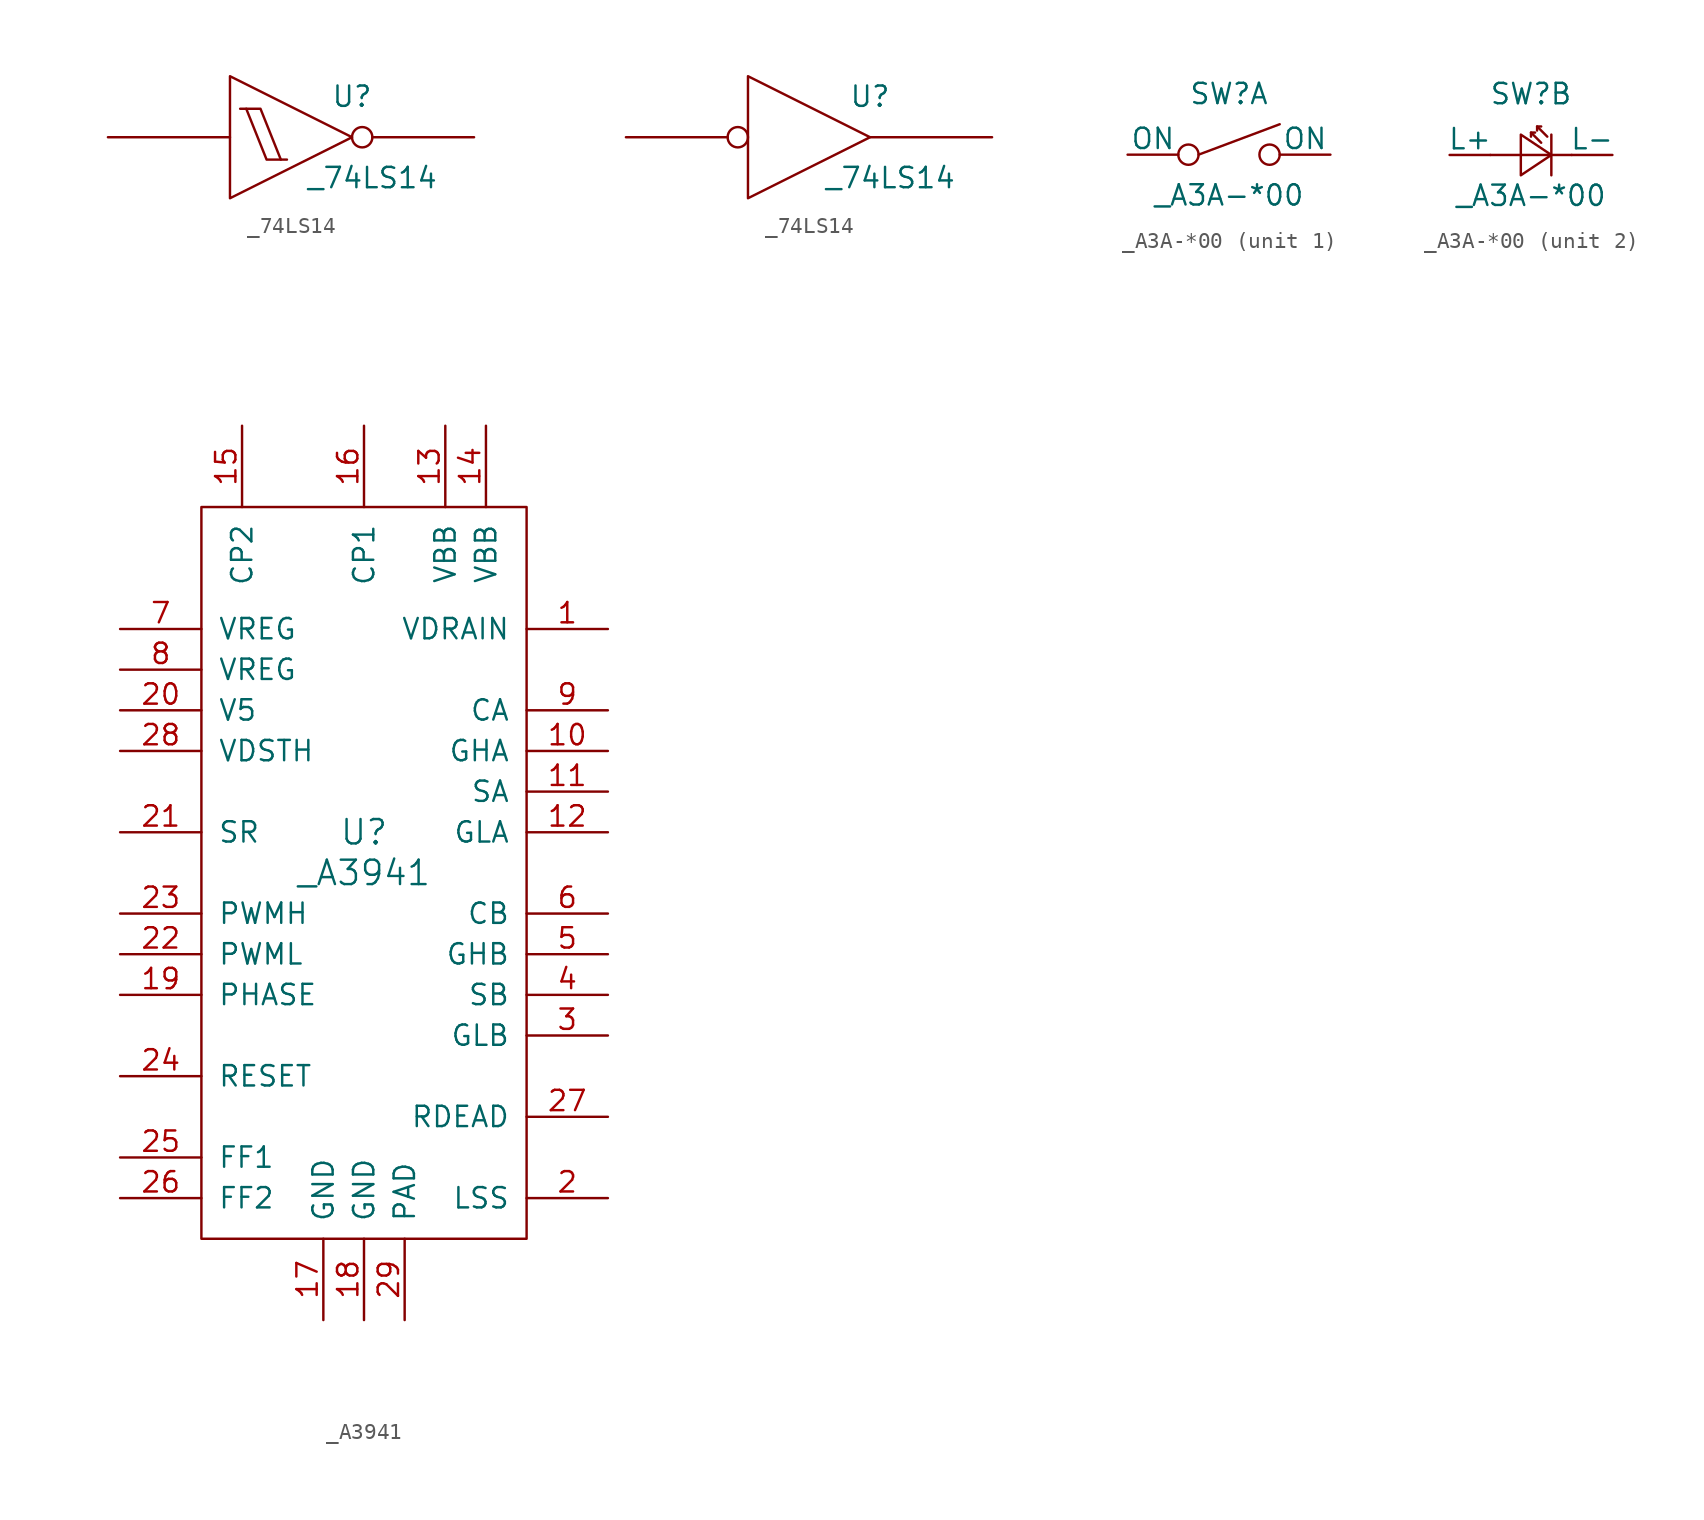
<source format=kicad_sym>
(kicad_symbol_lib
  (version 20220914)
  (generator kicad_symbol_editor)
  (symbol "_74LS14"
    (pin_numbers hide)
    (pin_names
      (offset 0) hide)
    (property "Reference" "U"
      (at 3.81 2.54 0)
      (effects (font (size 1.27 1.27))))
    (property "Value" "_74LS14"
      (at 5.08 -2.54 0)
      (effects (font (size 1.27 1.27))))
    (property "Footprint" ""
      (at -0.254 -0.254 0)
      (effects (font (size 1.27 1.27))))
    (property "Datasheet" ""
      (at -0.254 -0.254 0)
      (effects (font (size 1.27 1.27))))
    (symbol "_74LS14_0_0"
      (polyline (pts (xy -3.81 3.81) (xy -3.81 -3.81) (xy 3.81 0) (xy -3.81 3.81)) (stroke (width 0) (type solid)) (fill (type none)))
      (pin power_in line (at -1.27 2.54 270) (length 0) hide (name "VCC" (effects (font (size 0.508 0.508)))) (number "14" (effects (font (size 0.762 0.762)))))
      (pin power_in line (at -1.27 -2.54 90) (length 0) hide (name "GND" (effects (font (size 0.508 0.508)))) (number "7" (effects (font (size 0.762 0.762))))))
    (symbol "_74LS14_0_1"
      (polyline (pts (xy -3.175 1.778) (xy -1.905 1.778) (xy -0.635 -1.397)) (stroke (width 0) (type solid)) (fill (type none)))
      (polyline (pts (xy -2.794 1.778) (xy -1.524 -1.397) (xy -0.254 -1.397)) (stroke (width 0) (type solid)) (fill (type none))))
    (symbol "_74LS14_1_1"
      (pin input line (at -11.43 0 0) (length 7.62) (name "~" (effects (font (size 1.27 1.27)))) (number "1" (effects (font (size 1.27 1.27)))))
      (pin output inverted (at 11.43 0 180) (length 7.62) (name "~" (effects (font (size 1.27 1.27)))) (number "2" (effects (font (size 1.27 1.27))))))
    (symbol "_74LS14_1_2"
      (pin input inverted (at -11.43 0 0) (length 7.62) (name "~" (effects (font (size 1.27 1.27)))) (number "1" (effects (font (size 1.27 1.27)))))
      (pin output line (at 11.43 0 180) (length 7.62) (name "~" (effects (font (size 1.27 1.27)))) (number "2" (effects (font (size 1.27 1.27)))))))
  (symbol "_A3A-*00"
    (pin_numbers hide)
    (pin_names
      (offset 0))
    (property "Reference" "SW"
      (at 0 3.81 0)
      (effects (font (size 1.27 1.27))))
    (property "Value" "_A3A-*00"
      (at 0 -2.54 0)
      (effects (font (size 1.27 1.27))))
    (property "Footprint" ""
      (at 0 0 0)
      (effects (font (size 1.27 1.27))))
    (property "Datasheet" ""
      (at 0 0 0)
      (effects (font (size 1.27 1.27))))
    (property "ki_locked" ""
      (at 0 0 0)
      (effects (font (size 1.27 1.27))))
    (symbol "_A3A-*00_1_1"
      (circle (center -2.54 0) (radius 0.635) (stroke (width 0) (type solid)) (fill (type none)))
      (polyline (pts (xy -1.905 0) (xy 3.175 1.905)) (stroke (width 0) (type solid)) (fill (type none)))
      (circle (center 2.54 0) (radius 0.635) (stroke (width 0) (type solid)) (fill (type none)))
      (pin passive line (at -6.35 0 0) (length 3.175) (name "ON" (effects (font (size 1.27 1.27)))) (number "1" (effects (font (size 1.27 1.27)))))
      (pin passive line (at 6.35 0 180) (length 3.175) (name "ON" (effects (font (size 1.27 1.27)))) (number "2" (effects (font (size 1.27 1.27))))))
    (symbol "_A3A-*00_2_1"
      (polyline (pts (xy -2.54 0) (xy 2.54 0)) (stroke (width 0) (type solid)) (fill (type none)))
      (polyline (pts (xy 0.635 0.762) (xy 0 1.397)) (stroke (width 0) (type solid)) (fill (type none)))
      (polyline (pts (xy 1.016 1.143) (xy 0.381 1.778)) (stroke (width 0) (type solid)) (fill (type none)))
      (polyline (pts (xy 1.27 1.27) (xy 1.27 -1.27)) (stroke (width 0) (type solid)) (fill (type none)))
      (polyline (pts (xy 0 1.143) (xy 0 1.397) (xy 0.254 1.397)) (stroke (width 0) (type solid)) (fill (type none)))
      (polyline (pts (xy 0.381 1.524) (xy 0.381 1.778) (xy 0.635 1.778)) (stroke (width 0) (type solid)) (fill (type none)))
      (polyline (pts (xy 1.27 0) (xy -0.635 1.27) (xy -0.635 -1.27) (xy 1.27 0)) (stroke (width 0) (type solid)) (fill (type none)))
      (pin passive line (at -5.08 0 0) (length 2.54) (name "L+" (effects (font (size 1.27 1.27)))) (number "3" (effects (font (size 1.27 1.27)))))
      (pin passive line (at 5.08 0 180) (length 2.54) (name "L-" (effects (font (size 1.27 1.27)))) (number "4" (effects (font (size 1.27 1.27)))))))
  (symbol "_A3941"
    (pin_names
      (offset 1.016))
    (property "Reference" "U"
      (at 0 2.54 0)
      (effects (font (size 1.524 1.524))))
    (property "Value" "_A3941"
      (at 0 0 0)
      (effects (font (size 1.524 1.524))))
    (symbol "_A3941_0_1"
      (rectangle (start -10.16 22.86) (end 10.16 -22.86) (stroke (width 0) (type solid)) (fill (type none))))
    (symbol "_A3941_1_1"
      (pin input line (at 15.24 15.24 180) (length 5.08) (name "VDRAIN" (effects (font (size 1.27 1.27)))) (number "1" (effects (font (size 1.27 1.27)))))
      (pin output line (at 15.24 7.62 180) (length 5.08) (name "GHA" (effects (font (size 1.27 1.27)))) (number "10" (effects (font (size 1.27 1.27)))))
      (pin input line (at 15.24 5.08 180) (length 5.08) (name "SA" (effects (font (size 1.27 1.27)))) (number "11" (effects (font (size 1.27 1.27)))))
      (pin output line (at 15.24 2.54 180) (length 5.08) (name "GLA" (effects (font (size 1.27 1.27)))) (number "12" (effects (font (size 1.27 1.27)))))
      (pin power_in line (at 5.08 27.94 270) (length 5.08) (name "VBB" (effects (font (size 1.27 1.27)))) (number "13" (effects (font (size 1.27 1.27)))))
      (pin power_in line (at 7.62 27.94 270) (length 5.08) (name "VBB" (effects (font (size 1.27 1.27)))) (number "14" (effects (font (size 1.27 1.27)))))
      (pin output line (at -7.62 27.94 270) (length 5.08) (name "CP2" (effects (font (size 1.27 1.27)))) (number "15" (effects (font (size 1.27 1.27)))))
      (pin output line (at 0 27.94 270) (length 5.08) (name "CP1" (effects (font (size 1.27 1.27)))) (number "16" (effects (font (size 1.27 1.27)))))
      (pin power_in line (at -2.54 -27.94 90) (length 5.08) (name "GND" (effects (font (size 1.27 1.27)))) (number "17" (effects (font (size 1.27 1.27)))))
      (pin power_in line (at 0 -27.94 90) (length 5.08) (name "GND" (effects (font (size 1.27 1.27)))) (number "18" (effects (font (size 1.27 1.27)))))
      (pin input line (at -15.24 -7.62 0) (length 5.08) (name "PHASE" (effects (font (size 1.27 1.27)))) (number "19" (effects (font (size 1.27 1.27)))))
      (pin input line (at 15.24 -20.32 180) (length 5.08) (name "LSS" (effects (font (size 1.27 1.27)))) (number "2" (effects (font (size 1.27 1.27)))))
      (pin input line (at -15.24 10.16 0) (length 5.08) (name "V5" (effects (font (size 1.27 1.27)))) (number "20" (effects (font (size 1.27 1.27)))))
      (pin input line (at -15.24 2.54 0) (length 5.08) (name "SR" (effects (font (size 1.27 1.27)))) (number "21" (effects (font (size 1.27 1.27)))))
      (pin input line (at -15.24 -5.08 0) (length 5.08) (name "PWML" (effects (font (size 1.27 1.27)))) (number "22" (effects (font (size 1.27 1.27)))))
      (pin input line (at -15.24 -2.54 0) (length 5.08) (name "PWMH" (effects (font (size 1.27 1.27)))) (number "23" (effects (font (size 1.27 1.27)))))
      (pin input line (at -15.24 -12.7 0) (length 5.08) (name "RESET" (effects (font (size 1.27 1.27)))) (number "24" (effects (font (size 1.27 1.27)))))
      (pin output line (at -15.24 -17.78 0) (length 5.08) (name "FF1" (effects (font (size 1.27 1.27)))) (number "25" (effects (font (size 1.27 1.27)))))
      (pin output line (at -15.24 -20.32 0) (length 5.08) (name "FF2" (effects (font (size 1.27 1.27)))) (number "26" (effects (font (size 1.27 1.27)))))
      (pin output line (at 15.24 -15.24 180) (length 5.08) (name "RDEAD" (effects (font (size 1.27 1.27)))) (number "27" (effects (font (size 1.27 1.27)))))
      (pin input line (at -15.24 7.62 0) (length 5.08) (name "VDSTH" (effects (font (size 1.27 1.27)))) (number "28" (effects (font (size 1.27 1.27)))))
      (pin input line (at 2.54 -27.94 90) (length 5.08) (name "PAD" (effects (font (size 1.27 1.27)))) (number "29" (effects (font (size 1.27 1.27)))))
      (pin output line (at 15.24 -10.16 180) (length 5.08) (name "GLB" (effects (font (size 1.27 1.27)))) (number "3" (effects (font (size 1.27 1.27)))))
      (pin input line (at 15.24 -7.62 180) (length 5.08) (name "SB" (effects (font (size 1.27 1.27)))) (number "4" (effects (font (size 1.27 1.27)))))
      (pin output line (at 15.24 -5.08 180) (length 5.08) (name "GHB" (effects (font (size 1.27 1.27)))) (number "5" (effects (font (size 1.27 1.27)))))
      (pin output line (at 15.24 -2.54 180) (length 5.08) (name "CB" (effects (font (size 1.27 1.27)))) (number "6" (effects (font (size 1.27 1.27)))))
      (pin power_out line (at -15.24 15.24 0) (length 5.08) (name "VREG" (effects (font (size 1.27 1.27)))) (number "7" (effects (font (size 1.27 1.27)))))
      (pin power_out line (at -15.24 12.7 0) (length 5.08) (name "VREG" (effects (font (size 1.27 1.27)))) (number "8" (effects (font (size 1.27 1.27)))))
      (pin output line (at 15.24 10.16 180) (length 5.08) (name "CA" (effects (font (size 1.27 1.27)))) (number "9" (effects (font (size 1.27 1.27))))))))
</source>
